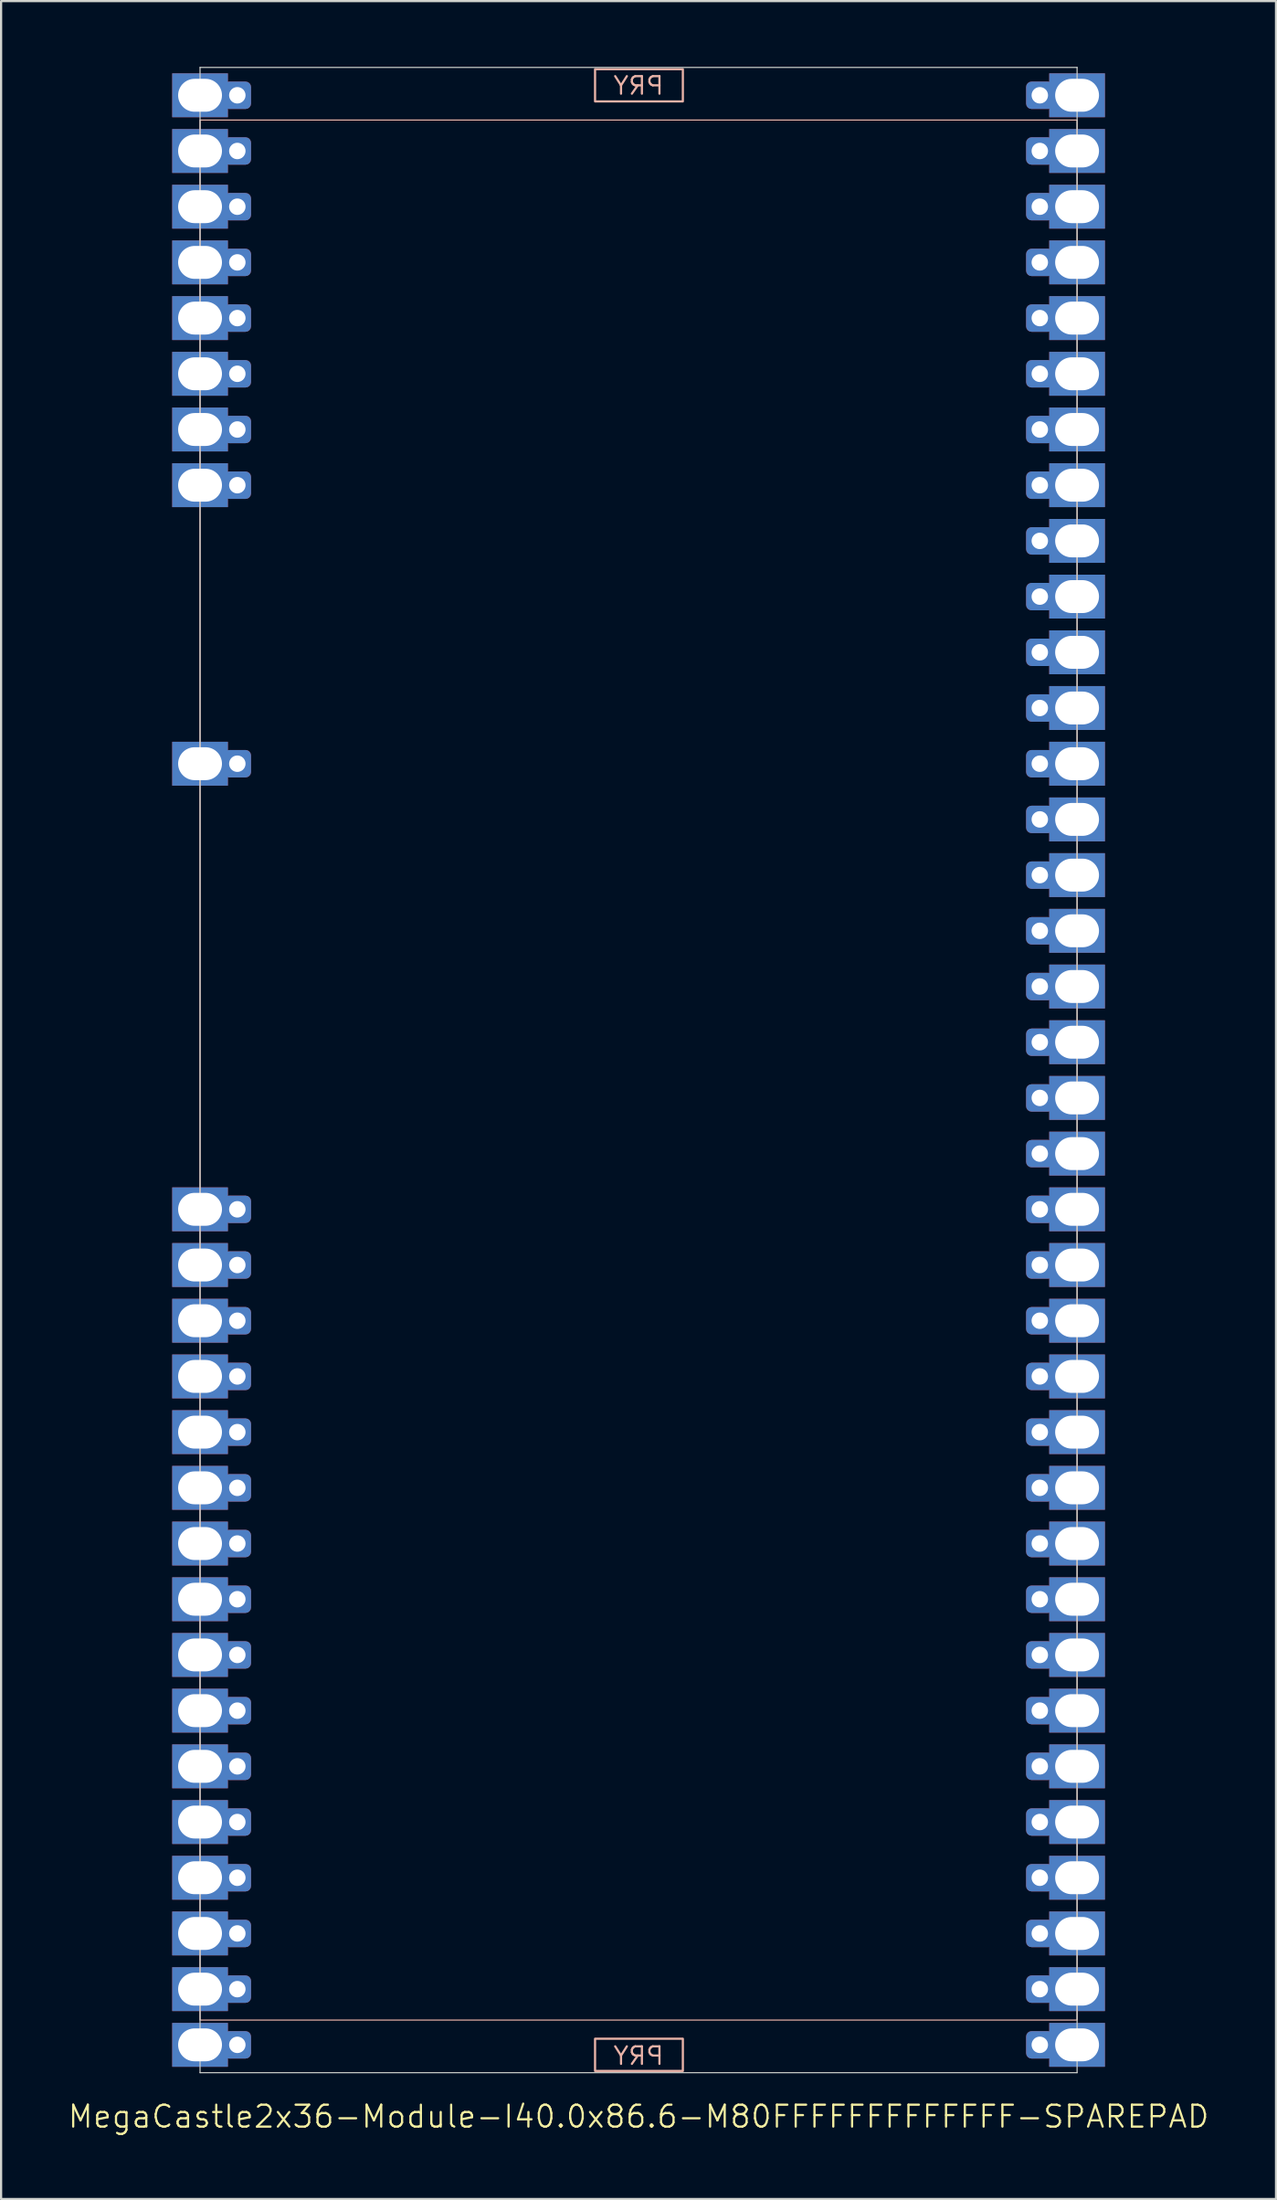
<source format=kicad_pcb>
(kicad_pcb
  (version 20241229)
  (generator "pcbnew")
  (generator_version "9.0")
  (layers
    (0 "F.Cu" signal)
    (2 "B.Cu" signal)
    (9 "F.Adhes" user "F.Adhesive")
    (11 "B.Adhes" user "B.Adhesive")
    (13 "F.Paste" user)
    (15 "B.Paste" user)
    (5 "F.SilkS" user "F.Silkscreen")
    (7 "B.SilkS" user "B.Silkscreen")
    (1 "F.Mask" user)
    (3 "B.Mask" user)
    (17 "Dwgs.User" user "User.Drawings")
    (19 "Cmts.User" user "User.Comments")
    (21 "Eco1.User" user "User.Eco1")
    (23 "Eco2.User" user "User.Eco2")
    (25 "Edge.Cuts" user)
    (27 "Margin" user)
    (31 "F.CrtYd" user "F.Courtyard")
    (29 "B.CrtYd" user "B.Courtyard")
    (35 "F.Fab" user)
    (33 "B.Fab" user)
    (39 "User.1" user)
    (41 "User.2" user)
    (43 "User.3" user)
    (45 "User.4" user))
  (footprint "MegaCastle2x36-Module-I40.0x86.6-M80FFFFFFFFFFFFF-SPAREPAD"
    (layer "F.Cu")
    (at 26.074 45.745)
    (property "Reference" "MegaCastle2x36-Module-I40.0x86.6-M80FFFFFFFFFFFFF-SPAREPAD" (at 0 47.72 0) (unlocked yes) (layer "F.SilkS") (effects (font (size 1 1) (thickness 0.1))))
    (attr smd)
    (fp_rect (start -20 43.32) (end 20 -43.32) (stroke (width 0.05) (type default)) (fill no) (layer "B.SilkS"))
    (fp_rect (start -1.984 -44.171) (end 2.02 -45.64) (stroke (width 0.1) (type default)) (fill no) (layer "B.SilkS"))
    (fp_rect (start -1.984 44.171) (end 2.02 45.64) (stroke (width 0.1) (type default)) (fill no) (layer "B.SilkS"))
    (fp_line (start -20 -45.72) (end -20 45.72) (stroke (width 0.05) (type default)) (layer "Edge.Cuts"))
    (fp_line (start -20 -45.72) (end 20 -45.72) (stroke (width 0.05) (type default)) (layer "Edge.Cuts"))
    (fp_line (start -20 45.72) (end 20 45.72) (stroke (width 0.05) (type default)) (layer "Edge.Cuts"))
    (fp_line (start 20 -45.72) (end 20 45.72) (stroke (width 0.05) (type default)) (layer "Edge.Cuts"))
    (fp_text user "PRY" (at 0 -44.42 0) (unlocked yes) (layer "B.SilkS") (effects (font (size 0.8 0.8) (thickness 0.1)) (justify bottom mirror)))
    (fp_text user "PRY" (at 0 45.42 0) (unlocked yes) (layer "B.SilkS") (effects (font (size 0.8 0.8) (thickness 0.1)) (justify bottom mirror)))
    (pad "1" thru_hole rect (at -20 -44.45) (size 2.54 2) (drill oval 2 1.5) (property pad_prop_castellated) (layers "*.Cu" "*.Mask"))
    (pad "1" thru_hole roundrect (at -18.3 -44.45 180) (size 1.25 1.25) (drill 0.75) (layers "*.Cu" "*.Mask") (roundrect_rratio 0.2))
    (pad "2" thru_hole rect (at -20 -41.91) (size 2.54 2) (drill oval 2 1.5) (property pad_prop_castellated) (layers "*.Cu" "*.Mask"))
    (pad "2" thru_hole roundrect (at -18.3 -41.91 180) (size 1.25 1.25) (drill 0.75) (layers "*.Cu" "*.Mask") (roundrect_rratio 0.2))
    (pad "3" thru_hole rect (at -20 -39.37) (size 2.54 2) (drill oval 2 1.5) (property pad_prop_castellated) (layers "*.Cu" "*.Mask"))
    (pad "3" thru_hole roundrect (at -18.3 -39.37 180) (size 1.25 1.25) (drill 0.75) (layers "*.Cu" "*.Mask") (roundrect_rratio 0.2))
    (pad "4" thru_hole rect (at -20 -36.83) (size 2.54 2) (drill oval 2 1.5) (property pad_prop_castellated) (layers "*.Cu" "*.Mask"))
    (pad "4" thru_hole roundrect (at -18.3 -36.83 180) (size 1.25 1.25) (drill 0.75) (layers "*.Cu" "*.Mask") (roundrect_rratio 0.2))
    (pad "5" thru_hole rect (at -20 -34.29) (size 2.54 2) (drill oval 2 1.5) (property pad_prop_castellated) (layers "*.Cu" "*.Mask"))
    (pad "5" thru_hole roundrect (at -18.3 -34.29 180) (size 1.25 1.25) (drill 0.75) (layers "*.Cu" "*.Mask") (roundrect_rratio 0.2))
    (pad "6" thru_hole rect (at -20 -31.75) (size 2.54 2) (drill oval 2 1.5) (property pad_prop_castellated) (layers "*.Cu" "*.Mask"))
    (pad "6" thru_hole roundrect (at -18.3 -31.75 180) (size 1.25 1.25) (drill 0.75) (layers "*.Cu" "*.Mask") (roundrect_rratio 0.2))
    (pad "7" thru_hole rect (at -20 -29.21) (size 2.54 2) (drill oval 2 1.5) (property pad_prop_castellated) (layers "*.Cu" "*.Mask"))
    (pad "7" thru_hole roundrect (at -18.3 -29.21 180) (size 1.25 1.25) (drill 0.75) (layers "*.Cu" "*.Mask") (roundrect_rratio 0.2))
    (pad "8" thru_hole rect (at -20 -26.67) (size 2.54 2) (drill oval 2 1.5) (property pad_prop_castellated) (layers "*.Cu" "*.Mask"))
    (pad "8" thru_hole roundrect (at -18.3 -26.67 180) (size 1.25 1.25) (drill 0.75) (layers "*.Cu" "*.Mask") (roundrect_rratio 0.2))
    (pad "13" thru_hole rect (at -20 -13.97) (size 2.54 2) (drill oval 2 1.5) (property pad_prop_castellated) (layers "*.Cu" "*.Mask"))
    (pad "13" thru_hole roundrect (at -18.3 -13.97 180) (size 1.25 1.25) (drill 0.75) (layers "*.Cu" "*.Mask") (roundrect_rratio 0.2))
    (pad "21" thru_hole rect (at -20 6.35) (size 2.54 2) (drill oval 2 1.5) (property pad_prop_castellated) (layers "*.Cu" "*.Mask"))
    (pad "21" thru_hole roundrect (at -18.3 6.35 180) (size 1.25 1.25) (drill 0.75) (layers "*.Cu" "*.Mask") (roundrect_rratio 0.2))
    (pad "22" thru_hole rect (at -20 8.89) (size 2.54 2) (drill oval 2 1.5) (property pad_prop_castellated) (layers "*.Cu" "*.Mask"))
    (pad "22" thru_hole roundrect (at -18.3 8.89 180) (size 1.25 1.25) (drill 0.75) (layers "*.Cu" "*.Mask") (roundrect_rratio 0.2))
    (pad "23" thru_hole rect (at -20 11.43) (size 2.54 2) (drill oval 2 1.5) (property pad_prop_castellated) (layers "*.Cu" "*.Mask"))
    (pad "23" thru_hole roundrect (at -18.3 11.43 180) (size 1.25 1.25) (drill 0.75) (layers "*.Cu" "*.Mask") (roundrect_rratio 0.2))
    (pad "24" thru_hole rect (at -20 13.97) (size 2.54 2) (drill oval 2 1.5) (property pad_prop_castellated) (layers "*.Cu" "*.Mask"))
    (pad "24" thru_hole roundrect (at -18.3 13.97 180) (size 1.25 1.25) (drill 0.75) (layers "*.Cu" "*.Mask") (roundrect_rratio 0.2))
    (pad "25" thru_hole rect (at -20 16.51) (size 2.54 2) (drill oval 2 1.5) (property pad_prop_castellated) (layers "*.Cu" "*.Mask"))
    (pad "25" thru_hole roundrect (at -18.3 16.51 180) (size 1.25 1.25) (drill 0.75) (layers "*.Cu" "*.Mask") (roundrect_rratio 0.2))
    (pad "26" thru_hole rect (at -20 19.05) (size 2.54 2) (drill oval 2 1.5) (property pad_prop_castellated) (layers "*.Cu" "*.Mask"))
    (pad "26" thru_hole roundrect (at -18.3 19.05 180) (size 1.25 1.25) (drill 0.75) (layers "*.Cu" "*.Mask") (roundrect_rratio 0.2))
    (pad "27" thru_hole rect (at -20 21.59) (size 2.54 2) (drill oval 2 1.5) (property pad_prop_castellated) (layers "*.Cu" "*.Mask"))
    (pad "27" thru_hole roundrect (at -18.3 21.59 180) (size 1.25 1.25) (drill 0.75) (layers "*.Cu" "*.Mask") (roundrect_rratio 0.2))
    (pad "28" thru_hole rect (at -20 24.13) (size 2.54 2) (drill oval 2 1.5) (property pad_prop_castellated) (layers "*.Cu" "*.Mask"))
    (pad "28" thru_hole roundrect (at -18.3 24.13 180) (size 1.25 1.25) (drill 0.75) (layers "*.Cu" "*.Mask") (roundrect_rratio 0.2))
    (pad "29" thru_hole rect (at -20 26.67) (size 2.54 2) (drill oval 2 1.5) (property pad_prop_castellated) (layers "*.Cu" "*.Mask"))
    (pad "29" thru_hole roundrect (at -18.3 26.67 180) (size 1.25 1.25) (drill 0.75) (layers "*.Cu" "*.Mask") (roundrect_rratio 0.2))
    (pad "30" thru_hole rect (at -20 29.21) (size 2.54 2) (drill oval 2 1.5) (property pad_prop_castellated) (layers "*.Cu" "*.Mask"))
    (pad "30" thru_hole roundrect (at -18.3 29.21 180) (size 1.25 1.25) (drill 0.75) (layers "*.Cu" "*.Mask") (roundrect_rratio 0.2))
    (pad "31" thru_hole rect (at -20 31.75) (size 2.54 2) (drill oval 2 1.5) (property pad_prop_castellated) (layers "*.Cu" "*.Mask"))
    (pad "31" thru_hole roundrect (at -18.3 31.75 180) (size 1.25 1.25) (drill 0.75) (layers "*.Cu" "*.Mask") (roundrect_rratio 0.2))
    (pad "32" thru_hole rect (at -20 34.29) (size 2.54 2) (drill oval 2 1.5) (property pad_prop_castellated) (layers "*.Cu" "*.Mask"))
    (pad "32" thru_hole roundrect (at -18.3 34.29 180) (size 1.25 1.25) (drill 0.75) (layers "*.Cu" "*.Mask") (roundrect_rratio 0.2))
    (pad "33" thru_hole rect (at -20 36.83) (size 2.54 2) (drill oval 2 1.5) (property pad_prop_castellated) (layers "*.Cu" "*.Mask"))
    (pad "33" thru_hole roundrect (at -18.3 36.83 180) (size 1.25 1.25) (drill 0.75) (layers "*.Cu" "*.Mask") (roundrect_rratio 0.2))
    (pad "34" thru_hole rect (at -20 39.37) (size 2.54 2) (drill oval 2 1.5) (property pad_prop_castellated) (layers "*.Cu" "*.Mask"))
    (pad "34" thru_hole roundrect (at -18.3 39.37 180) (size 1.25 1.25) (drill 0.75) (layers "*.Cu" "*.Mask") (roundrect_rratio 0.2))
    (pad "35" thru_hole rect (at -20 41.91) (size 2.54 2) (drill oval 2 1.5) (property pad_prop_castellated) (layers "*.Cu" "*.Mask"))
    (pad "35" thru_hole roundrect (at -18.3 41.91 180) (size 1.25 1.25) (drill 0.75) (layers "*.Cu" "*.Mask") (roundrect_rratio 0.2))
    (pad "36" thru_hole rect (at -20 44.45) (size 2.54 2) (drill oval 2 1.5) (property pad_prop_castellated) (layers "*.Cu" "*.Mask"))
    (pad "36" thru_hole roundrect (at -18.3 44.45 180) (size 1.25 1.25) (drill 0.75) (layers "*.Cu" "*.Mask") (roundrect_rratio 0.2))
    (pad "37" thru_hole roundrect (at 18.3 -44.45 180) (size 1.25 1.25) (drill 0.75) (layers "*.Cu" "*.Mask") (roundrect_rratio 0.2))
    (pad "37" thru_hole rect (at 20 -44.45) (size 2.54 2) (drill oval 2 1.5) (property pad_prop_castellated) (layers "*.Cu" "*.Mask"))
    (pad "38" thru_hole roundrect (at 18.3 -41.91 180) (size 1.25 1.25) (drill 0.75) (layers "*.Cu" "*.Mask") (roundrect_rratio 0.2))
    (pad "38" thru_hole rect (at 20 -41.91) (size 2.54 2) (drill oval 2 1.5) (property pad_prop_castellated) (layers "*.Cu" "*.Mask"))
    (pad "39" thru_hole roundrect (at 18.3 -39.37 180) (size 1.25 1.25) (drill 0.75) (layers "*.Cu" "*.Mask") (roundrect_rratio 0.2))
    (pad "39" thru_hole rect (at 20 -39.37) (size 2.54 2) (drill oval 2 1.5) (property pad_prop_castellated) (layers "*.Cu" "*.Mask"))
    (pad "40" thru_hole roundrect (at 18.3 -36.83 180) (size 1.25 1.25) (drill 0.75) (layers "*.Cu" "*.Mask") (roundrect_rratio 0.2))
    (pad "40" thru_hole rect (at 20 -36.83) (size 2.54 2) (drill oval 2 1.5) (property pad_prop_castellated) (layers "*.Cu" "*.Mask"))
    (pad "41" thru_hole roundrect (at 18.3 -34.29 180) (size 1.25 1.25) (drill 0.75) (layers "*.Cu" "*.Mask") (roundrect_rratio 0.2))
    (pad "41" thru_hole rect (at 20 -34.29) (size 2.54 2) (drill oval 2 1.5) (property pad_prop_castellated) (layers "*.Cu" "*.Mask"))
    (pad "42" thru_hole roundrect (at 18.3 -31.75 180) (size 1.25 1.25) (drill 0.75) (layers "*.Cu" "*.Mask") (roundrect_rratio 0.2))
    (pad "42" thru_hole rect (at 20 -31.75) (size 2.54 2) (drill oval 2 1.5) (property pad_prop_castellated) (layers "*.Cu" "*.Mask"))
    (pad "43" thru_hole roundrect (at 18.3 -29.21 180) (size 1.25 1.25) (drill 0.75) (layers "*.Cu" "*.Mask") (roundrect_rratio 0.2))
    (pad "43" thru_hole rect (at 20 -29.21) (size 2.54 2) (drill oval 2 1.5) (property pad_prop_castellated) (layers "*.Cu" "*.Mask"))
    (pad "44" thru_hole roundrect (at 18.3 -26.67 180) (size 1.25 1.25) (drill 0.75) (layers "*.Cu" "*.Mask") (roundrect_rratio 0.2))
    (pad "44" thru_hole rect (at 20 -26.67) (size 2.54 2) (drill oval 2 1.5) (property pad_prop_castellated) (layers "*.Cu" "*.Mask"))
    (pad "45" thru_hole roundrect (at 18.3 -24.13 180) (size 1.25 1.25) (drill 0.75) (layers "*.Cu" "*.Mask") (roundrect_rratio 0.2))
    (pad "45" thru_hole rect (at 20 -24.13) (size 2.54 2) (drill oval 2 1.5) (property pad_prop_castellated) (layers "*.Cu" "*.Mask"))
    (pad "46" thru_hole roundrect (at 18.3 -21.59 180) (size 1.25 1.25) (drill 0.75) (layers "*.Cu" "*.Mask") (roundrect_rratio 0.2))
    (pad "46" thru_hole rect (at 20 -21.59) (size 2.54 2) (drill oval 2 1.5) (property pad_prop_castellated) (layers "*.Cu" "*.Mask"))
    (pad "47" thru_hole roundrect (at 18.3 -19.05 180) (size 1.25 1.25) (drill 0.75) (layers "*.Cu" "*.Mask") (roundrect_rratio 0.2))
    (pad "47" thru_hole rect (at 20 -19.05) (size 2.54 2) (drill oval 2 1.5) (property pad_prop_castellated) (layers "*.Cu" "*.Mask"))
    (pad "48" thru_hole roundrect (at 18.3 -16.51 180) (size 1.25 1.25) (drill 0.75) (layers "*.Cu" "*.Mask") (roundrect_rratio 0.2))
    (pad "48" thru_hole rect (at 20 -16.51) (size 2.54 2) (drill oval 2 1.5) (property pad_prop_castellated) (layers "*.Cu" "*.Mask"))
    (pad "49" thru_hole roundrect (at 18.3 -13.97 180) (size 1.25 1.25) (drill 0.75) (layers "*.Cu" "*.Mask") (roundrect_rratio 0.2))
    (pad "49" thru_hole rect (at 20 -13.97) (size 2.54 2) (drill oval 2 1.5) (property pad_prop_castellated) (layers "*.Cu" "*.Mask"))
    (pad "50" thru_hole roundrect (at 18.3 -11.43 180) (size 1.25 1.25) (drill 0.75) (layers "*.Cu" "*.Mask") (roundrect_rratio 0.2))
    (pad "50" thru_hole rect (at 20 -11.43) (size 2.54 2) (drill oval 2 1.5) (property pad_prop_castellated) (layers "*.Cu" "*.Mask"))
    (pad "51" thru_hole roundrect (at 18.3 -8.89 180) (size 1.25 1.25) (drill 0.75) (layers "*.Cu" "*.Mask") (roundrect_rratio 0.2))
    (pad "51" thru_hole rect (at 20 -8.89) (size 2.54 2) (drill oval 2 1.5) (property pad_prop_castellated) (layers "*.Cu" "*.Mask"))
    (pad "52" thru_hole roundrect (at 18.3 -6.35 180) (size 1.25 1.25) (drill 0.75) (layers "*.Cu" "*.Mask") (roundrect_rratio 0.2))
    (pad "52" thru_hole rect (at 20 -6.35) (size 2.54 2) (drill oval 2 1.5) (property pad_prop_castellated) (layers "*.Cu" "*.Mask"))
    (pad "53" thru_hole roundrect (at 18.3 -3.81 180) (size 1.25 1.25) (drill 0.75) (layers "*.Cu" "*.Mask") (roundrect_rratio 0.2))
    (pad "53" thru_hole rect (at 20 -3.81) (size 2.54 2) (drill oval 2 1.5) (property pad_prop_castellated) (layers "*.Cu" "*.Mask"))
    (pad "54" thru_hole roundrect (at 18.3 -1.27 180) (size 1.25 1.25) (drill 0.75) (layers "*.Cu" "*.Mask") (roundrect_rratio 0.2))
    (pad "54" thru_hole rect (at 20 -1.27) (size 2.54 2) (drill oval 2 1.5) (property pad_prop_castellated) (layers "*.Cu" "*.Mask"))
    (pad "55" thru_hole roundrect (at 18.3 1.27 180) (size 1.25 1.25) (drill 0.75) (layers "*.Cu" "*.Mask") (roundrect_rratio 0.2))
    (pad "55" thru_hole rect (at 20 1.27) (size 2.54 2) (drill oval 2 1.5) (property pad_prop_castellated) (layers "*.Cu" "*.Mask"))
    (pad "56" thru_hole roundrect (at 18.3 3.81 180) (size 1.25 1.25) (drill 0.75) (layers "*.Cu" "*.Mask") (roundrect_rratio 0.2))
    (pad "56" thru_hole rect (at 20 3.81) (size 2.54 2) (drill oval 2 1.5) (property pad_prop_castellated) (layers "*.Cu" "*.Mask"))
    (pad "57" thru_hole roundrect (at 18.3 6.35 180) (size 1.25 1.25) (drill 0.75) (layers "*.Cu" "*.Mask") (roundrect_rratio 0.2))
    (pad "57" thru_hole rect (at 20 6.35) (size 2.54 2) (drill oval 2 1.5) (property pad_prop_castellated) (layers "*.Cu" "*.Mask"))
    (pad "58" thru_hole roundrect (at 18.3 8.89 180) (size 1.25 1.25) (drill 0.75) (layers "*.Cu" "*.Mask") (roundrect_rratio 0.2))
    (pad "58" thru_hole rect (at 20 8.89) (size 2.54 2) (drill oval 2 1.5) (property pad_prop_castellated) (layers "*.Cu" "*.Mask"))
    (pad "59" thru_hole roundrect (at 18.3 11.43 180) (size 1.25 1.25) (drill 0.75) (layers "*.Cu" "*.Mask") (roundrect_rratio 0.2))
    (pad "59" thru_hole rect (at 20 11.43) (size 2.54 2) (drill oval 2 1.5) (property pad_prop_castellated) (layers "*.Cu" "*.Mask"))
    (pad "60" thru_hole roundrect (at 18.3 13.97 180) (size 1.25 1.25) (drill 0.75) (layers "*.Cu" "*.Mask") (roundrect_rratio 0.2))
    (pad "60" thru_hole rect (at 20 13.97) (size 2.54 2) (drill oval 2 1.5) (property pad_prop_castellated) (layers "*.Cu" "*.Mask"))
    (pad "61" thru_hole roundrect (at 18.3 16.51 180) (size 1.25 1.25) (drill 0.75) (layers "*.Cu" "*.Mask") (roundrect_rratio 0.2))
    (pad "61" thru_hole rect (at 20 16.51) (size 2.54 2) (drill oval 2 1.5) (property pad_prop_castellated) (layers "*.Cu" "*.Mask"))
    (pad "62" thru_hole roundrect (at 18.3 19.05 180) (size 1.25 1.25) (drill 0.75) (layers "*.Cu" "*.Mask") (roundrect_rratio 0.2))
    (pad "62" thru_hole rect (at 20 19.05) (size 2.54 2) (drill oval 2 1.5) (property pad_prop_castellated) (layers "*.Cu" "*.Mask"))
    (pad "63" thru_hole roundrect (at 18.3 21.59 180) (size 1.25 1.25) (drill 0.75) (layers "*.Cu" "*.Mask") (roundrect_rratio 0.2))
    (pad "63" thru_hole rect (at 20 21.59) (size 2.54 2) (drill oval 2 1.5) (property pad_prop_castellated) (layers "*.Cu" "*.Mask"))
    (pad "64" thru_hole roundrect (at 18.3 24.13 180) (size 1.25 1.25) (drill 0.75) (layers "*.Cu" "*.Mask") (roundrect_rratio 0.2))
    (pad "64" thru_hole rect (at 20 24.13) (size 2.54 2) (drill oval 2 1.5) (property pad_prop_castellated) (layers "*.Cu" "*.Mask"))
    (pad "65" thru_hole roundrect (at 18.3 26.67 180) (size 1.25 1.25) (drill 0.75) (layers "*.Cu" "*.Mask") (roundrect_rratio 0.2))
    (pad "65" thru_hole rect (at 20 26.67) (size 2.54 2) (drill oval 2 1.5) (property pad_prop_castellated) (layers "*.Cu" "*.Mask"))
    (pad "66" thru_hole roundrect (at 18.3 29.21 180) (size 1.25 1.25) (drill 0.75) (layers "*.Cu" "*.Mask") (roundrect_rratio 0.2))
    (pad "66" thru_hole rect (at 20 29.21) (size 2.54 2) (drill oval 2 1.5) (property pad_prop_castellated) (layers "*.Cu" "*.Mask"))
    (pad "67" thru_hole roundrect (at 18.3 31.75 180) (size 1.25 1.25) (drill 0.75) (layers "*.Cu" "*.Mask") (roundrect_rratio 0.2))
    (pad "67" thru_hole rect (at 20 31.75) (size 2.54 2) (drill oval 2 1.5) (property pad_prop_castellated) (layers "*.Cu" "*.Mask"))
    (pad "68" thru_hole roundrect (at 18.3 34.29 180) (size 1.25 1.25) (drill 0.75) (layers "*.Cu" "*.Mask") (roundrect_rratio 0.2))
    (pad "68" thru_hole rect (at 20 34.29) (size 2.54 2) (drill oval 2 1.5) (property pad_prop_castellated) (layers "*.Cu" "*.Mask"))
    (pad "69" thru_hole roundrect (at 18.3 36.83 180) (size 1.25 1.25) (drill 0.75) (layers "*.Cu" "*.Mask") (roundrect_rratio 0.2))
    (pad "69" thru_hole rect (at 20 36.83) (size 2.54 2) (drill oval 2 1.5) (property pad_prop_castellated) (layers "*.Cu" "*.Mask"))
    (pad "70" thru_hole roundrect (at 18.3 39.37 180) (size 1.25 1.25) (drill 0.75) (layers "*.Cu" "*.Mask") (roundrect_rratio 0.2))
    (pad "70" thru_hole rect (at 20 39.37) (size 2.54 2) (drill oval 2 1.5) (property pad_prop_castellated) (layers "*.Cu" "*.Mask"))
    (pad "71" thru_hole roundrect (at 18.3 41.91 180) (size 1.25 1.25) (drill 0.75) (layers "*.Cu" "*.Mask") (roundrect_rratio 0.2))
    (pad "71" thru_hole rect (at 20 41.91) (size 2.54 2) (drill oval 2 1.5) (property pad_prop_castellated) (layers "*.Cu" "*.Mask"))
    (pad "72" thru_hole roundrect (at 18.3 44.45 180) (size 1.25 1.25) (drill 0.75) (layers "*.Cu" "*.Mask") (roundrect_rratio 0.2))
    (pad "72" thru_hole rect (at 20 44.45) (size 2.54 2) (drill oval 2 1.5) (property pad_prop_castellated) (layers "*.Cu" "*.Mask"))
    (zone (net_name "") (layer "B.Cu") (hatch edge 0.5) (connect_pads) (min_thickness 0.25) (filled_areas_thickness no) (keepout (tracks allowed) (vias allowed) (pads allowed) (copperpour allowed) (footprints not_allowed)) (placement (enabled no)) (fill) (polygon (pts (xy 6.074 91.465) (xy 6.074 0.025))))
    (zone (net_name "") (layer "B.Cu") (hatch edge 0.5) (connect_pads) (min_thickness 0.25) (filled_areas_thickness no) (keepout (tracks allowed) (vias allowed) (pads allowed) (copperpour allowed) (footprints not_allowed)) (placement (enabled no)) (fill) (polygon (pts (xy 46.074 91.465) (xy 46.074 0.025))))
    (zone (net_name "") (layer "B.Cu") (hatch edge 0.5) (connect_pads) (min_thickness 0.25) (filled_areas_thickness no) (keepout (tracks allowed) (vias allowed) (pads allowed) (copperpour allowed) (footprints not_allowed)) (placement (enabled no)) (fill) (polygon (pts (xy 6.074 0.025) (xy 6.074 2.425) (xy 46.074 2.425) (xy 46.074 0.025))))
    (zone (net_name "") (layer "B.Cu") (hatch edge 0.5) (connect_pads) (min_thickness 0.25) (filled_areas_thickness no) (keepout (tracks allowed) (vias allowed) (pads allowed) (copperpour allowed) (footprints not_allowed)) (placement (enabled no)) (fill) (polygon (pts (xy 6.074 91.465) (xy 6.074 89.065) (xy 46.074 89.065) (xy 46.074 91.465))))
    (zone (net_name "") (layer "B.Cu") (name "Upper Pry Zone") (hatch edge 0.5) (connect_pads) (min_thickness 0.25) (filled_areas_thickness no) (keepout (tracks not_allowed) (vias not_allowed) (pads not_allowed) (copperpour allowed) (footprints not_allowed)) (placement (enabled no)) (fill) (polygon (pts (xy 24.09 1.574) (xy 24.09 0.105) (xy 28.093 0.105) (xy 28.093 1.574))))
    (zone (net_name "") (layer "B.Cu") (name "Upper Pry Zone") (hatch edge 0.5) (connect_pads) (min_thickness 0.25) (filled_areas_thickness no) (keepout (tracks not_allowed) (vias not_allowed) (pads not_allowed) (copperpour allowed) (footprints not_allowed)) (placement (enabled no)) (fill) (polygon (pts (xy 24.09 89.916) (xy 24.09 91.385) (xy 28.093 91.385) (xy 28.093 89.916)))))
  (gr_rect
    (start -3 -3)
    (end 55.148 97.226)
    (stroke (width 0.1) (type default))
    (fill no)
    (layer "Edge.Cuts")))
</source>
